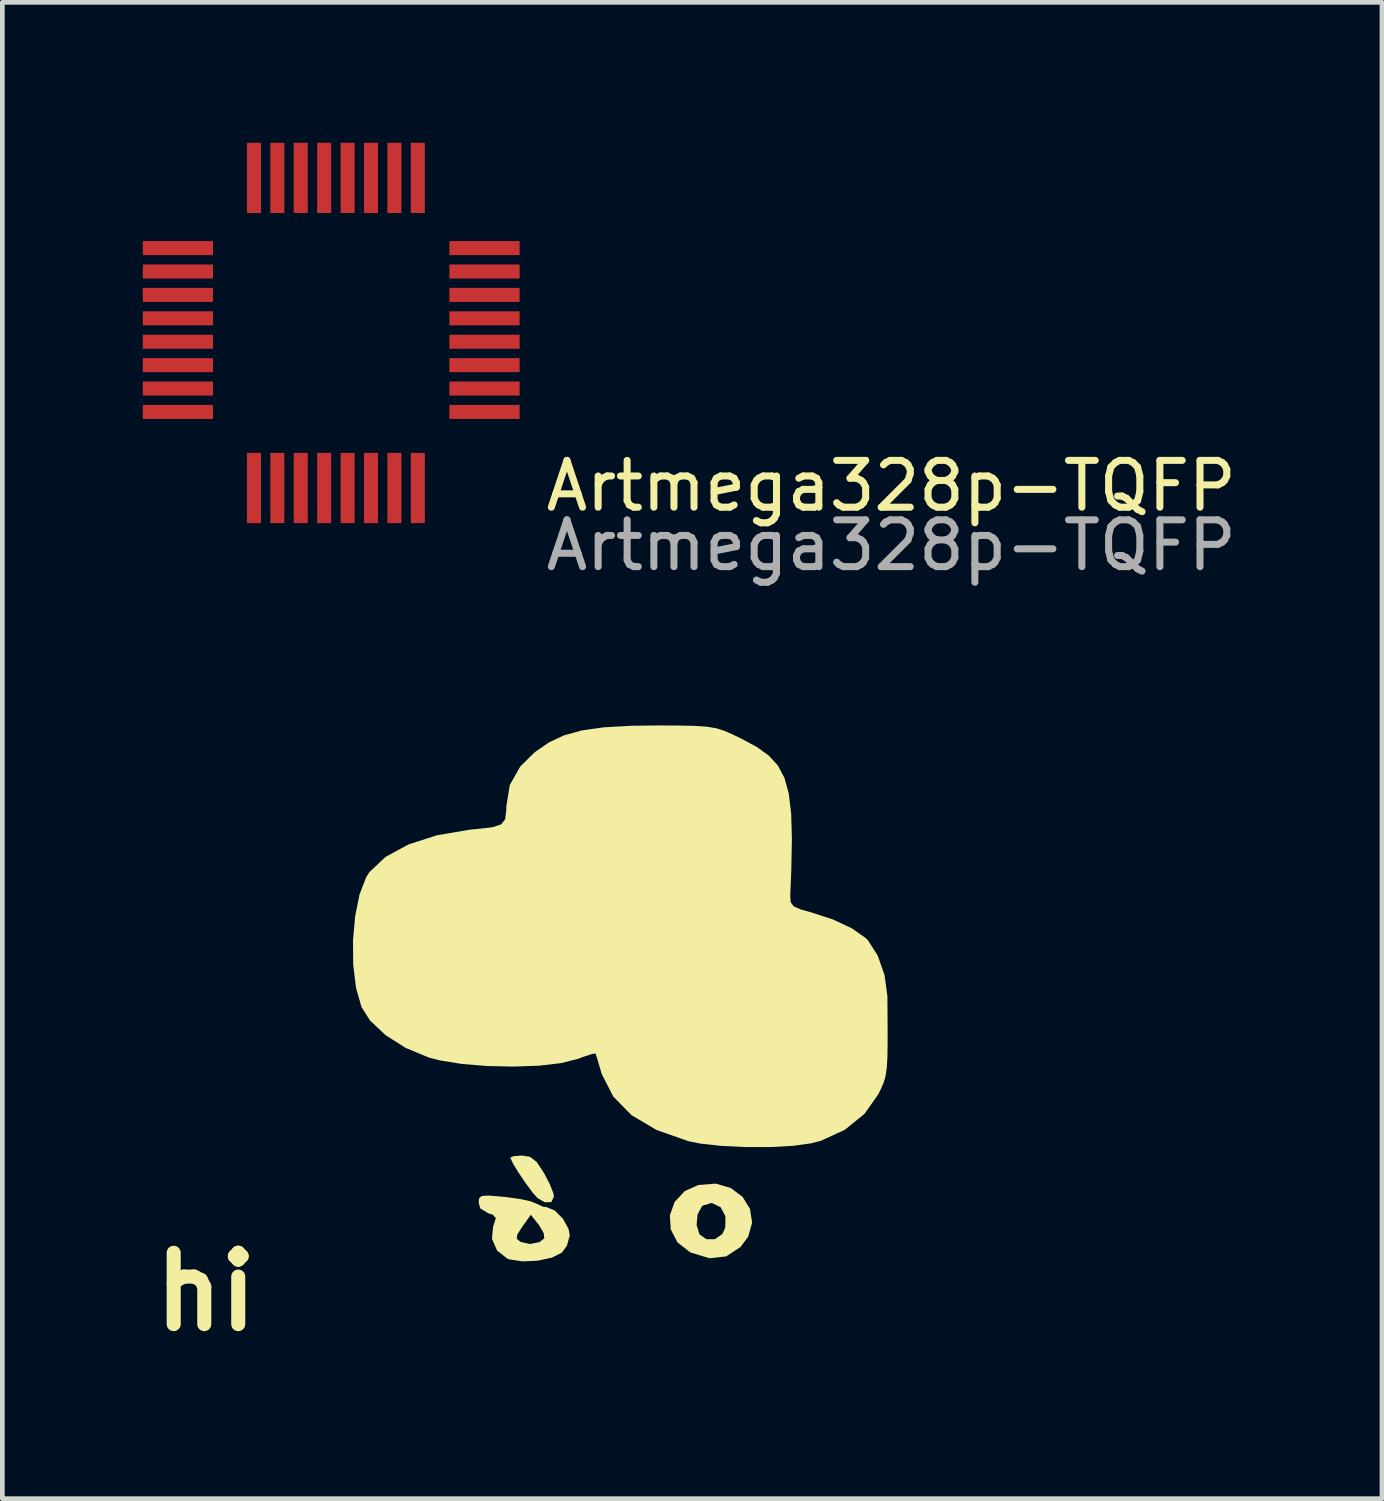
<source format=kicad_pcb>
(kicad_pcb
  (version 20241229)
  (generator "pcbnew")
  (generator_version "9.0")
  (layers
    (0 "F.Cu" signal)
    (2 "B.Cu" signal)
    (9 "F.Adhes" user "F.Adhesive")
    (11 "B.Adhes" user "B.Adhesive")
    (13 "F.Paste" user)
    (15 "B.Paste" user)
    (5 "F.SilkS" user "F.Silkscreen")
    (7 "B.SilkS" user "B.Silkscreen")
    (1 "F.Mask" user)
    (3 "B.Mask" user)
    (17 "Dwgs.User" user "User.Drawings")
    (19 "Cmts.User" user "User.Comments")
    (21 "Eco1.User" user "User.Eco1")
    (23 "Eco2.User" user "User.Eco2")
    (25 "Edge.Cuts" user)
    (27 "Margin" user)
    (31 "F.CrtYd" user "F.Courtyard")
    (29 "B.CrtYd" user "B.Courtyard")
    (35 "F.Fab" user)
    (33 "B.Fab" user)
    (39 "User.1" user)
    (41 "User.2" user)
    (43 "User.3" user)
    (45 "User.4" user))
  (footprint "Artmega328p-TQFP"
    (layer "F.Cu")
    (at 0.75 5.75)
    (property "Reference" "Artmega328p-TQFP" (at 15.24 1.58 0) (unlocked yes) (layer "F.SilkS") (effects (font (size 1 1) (thickness 0.15))))
    (attr smd)
    (fp_text user "${REFERENCE}" (at 15.24 2.85 0) (unlocked yes) (layer "F.Fab") (effects (font (size 1 1) (thickness 0.15))))
    (pad "1" smd rect (at 0 -3.5 180) (size 1.5 0.3) (layers "F.Cu" "F.Mask" "F.Paste"))
    (pad "2" smd rect (at 0 -3) (size 1.5 0.3) (layers "F.Cu" "F.Mask" "F.Paste"))
    (pad "3" smd rect (at 0 -2.5) (size 1.5 0.3) (layers "F.Cu" "F.Mask" "F.Paste"))
    (pad "4" smd rect (at 0 -2) (size 1.5 0.3) (layers "F.Cu" "F.Mask" "F.Paste"))
    (pad "5" smd rect (at 0 -1.5) (size 1.5 0.3) (layers "F.Cu" "F.Mask" "F.Paste"))
    (pad "6" smd rect (at 0 -1) (size 1.5 0.3) (layers "F.Cu" "F.Mask" "F.Paste"))
    (pad "7" smd rect (at 0 -0.5) (size 1.5 0.3) (layers "F.Cu" "F.Mask" "F.Paste"))
    (pad "8" smd rect (at 0 0) (size 1.5 0.3) (layers "F.Cu" "F.Mask" "F.Paste"))
    (pad "9" smd rect (at 1.625 -5 270) (size 1.5 0.3) (layers "F.Cu" "F.Mask" "F.Paste"))
    (pad "9" smd rect (at 1.625 1.625 270) (size 1.5 0.3) (layers "F.Cu" "F.Mask" "F.Paste"))
    (pad "9" smd rect (at 6.55 -3.5 180) (size 1.5 0.3) (layers "F.Cu" "F.Mask" "F.Paste"))
    (pad "10" smd rect (at 2.125 -5 90) (size 1.5 0.3) (layers "F.Cu" "F.Mask" "F.Paste"))
    (pad "10" smd rect (at 2.125 1.625 90) (size 1.5 0.3) (layers "F.Cu" "F.Mask" "F.Paste"))
    (pad "10" smd rect (at 6.55 -3) (size 1.5 0.3) (layers "F.Cu" "F.Mask" "F.Paste"))
    (pad "11" smd rect (at 2.625 -5 90) (size 1.5 0.3) (layers "F.Cu" "F.Mask" "F.Paste"))
    (pad "11" smd rect (at 2.625 1.625 90) (size 1.5 0.3) (layers "F.Cu" "F.Mask" "F.Paste"))
    (pad "11" smd rect (at 6.55 -2.5) (size 1.5 0.3) (layers "F.Cu" "F.Mask" "F.Paste"))
    (pad "12" smd rect (at 3.125 -5 90) (size 1.5 0.3) (layers "F.Cu" "F.Mask" "F.Paste"))
    (pad "12" smd rect (at 3.125 1.625 90) (size 1.5 0.3) (layers "F.Cu" "F.Mask" "F.Paste"))
    (pad "12" smd rect (at 6.55 -2) (size 1.5 0.3) (layers "F.Cu" "F.Mask" "F.Paste"))
    (pad "13" smd rect (at 3.625 -5 90) (size 1.5 0.3) (layers "F.Cu" "F.Mask" "F.Paste"))
    (pad "13" smd rect (at 3.625 1.625 90) (size 1.5 0.3) (layers "F.Cu" "F.Mask" "F.Paste"))
    (pad "13" smd rect (at 6.55 -1.5) (size 1.5 0.3) (layers "F.Cu" "F.Mask" "F.Paste"))
    (pad "14" smd rect (at 4.125 -5 90) (size 1.5 0.3) (layers "F.Cu" "F.Mask" "F.Paste"))
    (pad "14" smd rect (at 4.125 1.625 90) (size 1.5 0.3) (layers "F.Cu" "F.Mask" "F.Paste"))
    (pad "14" smd rect (at 6.55 -1) (size 1.5 0.3) (layers "F.Cu" "F.Mask" "F.Paste"))
    (pad "15" smd rect (at 4.625 -5 90) (size 1.5 0.3) (layers "F.Cu" "F.Mask" "F.Paste"))
    (pad "15" smd rect (at 4.625 1.625 90) (size 1.5 0.3) (layers "F.Cu" "F.Mask" "F.Paste"))
    (pad "15" smd rect (at 6.55 -0.5) (size 1.5 0.3) (layers "F.Cu" "F.Mask" "F.Paste"))
    (pad "16" smd rect (at 5.125 -5 90) (size 1.5 0.3) (layers "F.Cu" "F.Mask" "F.Paste"))
    (pad "16" smd rect (at 5.125 1.625 90) (size 1.5 0.3) (layers "F.Cu" "F.Mask" "F.Paste"))
    (pad "16" smd rect (at 6.55 0) (size 1.5 0.3) (layers "F.Cu" "F.Mask" "F.Paste"))
    (zone (net_name "") (layer "F.SilkS") (hatch edge 0.508) (connect_pads) (min_thickness 0.254) (filled_areas_thickness no) (keepout (tracks not_allowed) (vias not_allowed) (pads not_allowed) (copperpour allowed) (footprints allowed)) (placement (enabled no)) (fill) (polygon (pts (xy 6.25 5.75) (xy 1.75 5.75) (xy 1.75 2.75) (xy 2.75 1.75) (xy 6.25 1.75)))))
  (footprint "hi"
    (layer "F.Cu")
    (at 10.138 19.772)
    (property "Reference" "hi" (at -8.788 4.775 0) (layer "F.SilkS") (effects (font (size 1.524 1.524) (thickness 0.3))))
    (attr board_only exclude_from_pos_files exclude_from_bom)
    (fp_poly (pts (xy -1.863 1.891) (xy -1.724 2) (xy -1.571 2.229) (xy -1.57 2.23) (xy -1.444 2.472) (xy -1.366 2.672) (xy -1.355 2.738) (xy -1.411 2.858) (xy -1.552 2.861) (xy -1.703 2.773) (xy -1.809 2.655) (xy -1.954 2.459) (xy -2.105 2.237) (xy -2.227 2.038) (xy -2.285 1.916) (xy -2.286 1.907) (xy -2.212 1.876) (xy -2.036 1.863)) (stroke (width 0) (type solid)) (fill yes) (layer "F.SilkS"))
    (fp_poly (pts (xy 2.426 2.558) (xy 2.676 2.747) (xy 2.833 3.002) (xy 2.879 3.295) (xy 2.795 3.598) (xy 2.631 3.817) (xy 2.324 4.018) (xy 1.968 4.057) (xy 1.568 3.936) (xy 1.556 3.93) (xy 1.284 3.718) (xy 1.141 3.441) (xy 1.135 3.347) (xy 1.693 3.347) (xy 1.755 3.548) (xy 1.904 3.651) (xy 2.084 3.65) (xy 2.241 3.541) (xy 2.305 3.407) (xy 2.309 3.159) (xy 2.205 2.966) (xy 2.023 2.879) (xy 2.001 2.879) (xy 1.813 2.937) (xy 1.714 3.12) (xy 1.693 3.347) (xy 1.135 3.347) (xy 1.122 3.14) (xy 1.224 2.854) (xy 1.441 2.622) (xy 1.729 2.492) (xy 2.104 2.463)) (stroke (width 0) (type solid)) (fill yes) (layer "F.SilkS"))
    (fp_poly (pts (xy -2.493 2.739) (xy -2.392 2.749) (xy -2.091 2.79) (xy -1.856 2.84) (xy -1.74 2.886) (xy -1.589 2.956) (xy -1.522 2.963) (xy -1.34 3.035) (xy -1.163 3.211) (xy -1.042 3.432) (xy -1.016 3.57) (xy -1.077 3.79) (xy -1.184 3.936) (xy -1.394 4.043) (xy -1.698 4.109) (xy -2.025 4.124) (xy -2.304 4.083) (xy -2.35 4.066) (xy -2.568 3.894) (xy -2.678 3.643) (xy -2.678 3.642) (xy -2.149 3.642) (xy -2.066 3.708) (xy -2.064 3.709) (xy -1.866 3.753) (xy -1.662 3.712) (xy -1.56 3.63) (xy -1.574 3.518) (xy -1.673 3.351) (xy -1.681 3.341) (xy -1.848 3.128) (xy -2.027 3.379) (xy -2.137 3.55) (xy -2.149 3.642) (xy -2.678 3.642) (xy -2.653 3.375) (xy -2.644 3.352) (xy -2.595 3.198) (xy -2.664 3.125) (xy -2.757 3.097) (xy -2.929 2.991) (xy -2.963 2.867) (xy -2.952 2.774) (xy -2.895 2.727) (xy -2.754 2.718)) (stroke (width 0) (type solid)) (fill yes) (layer "F.SilkS"))
    (fp_poly (pts (xy 1.296 -7.323) (xy 1.654 -7.316) (xy 1.915 -7.298) (xy 2.116 -7.264) (xy 2.295 -7.206) (xy 2.488 -7.121) (xy 2.651 -7.042) (xy 2.976 -6.867) (xy 3.233 -6.683) (xy 3.428 -6.47) (xy 3.569 -6.206) (xy 3.662 -5.871) (xy 3.713 -5.444) (xy 3.729 -4.905) (xy 3.716 -4.232) (xy 3.694 -3.694) (xy 3.702 -3.549) (xy 3.768 -3.459) (xy 3.932 -3.389) (xy 4.127 -3.336) (xy 4.601 -3.182) (xy 5.008 -2.992) (xy 5.303 -2.785) (xy 5.352 -2.736) (xy 5.561 -2.41) (xy 5.708 -1.992) (xy 5.768 -1.555) (xy 5.769 -1.539) (xy 5.773 -0.968) (xy 5.774 -0.54) (xy 5.769 -0.226) (xy 5.755 0.001) (xy 5.729 0.169) (xy 5.69 0.303) (xy 5.634 0.433) (xy 5.575 0.555) (xy 5.278 0.974) (xy 4.858 1.314) (xy 4.35 1.547) (xy 4.146 1.601) (xy 3.76 1.655) (xy 3.272 1.682) (xy 2.739 1.682) (xy 2.219 1.657) (xy 1.768 1.607) (xy 1.524 1.558) (xy 0.839 1.318) (xy 0.302 1) (xy -0.087 0.603) (xy -0.332 0.124) (xy -0.355 0.048) (xy -0.419 -0.169) (xy -0.461 -0.302) (xy -0.468 -0.318) (xy -0.547 -0.304) (xy -0.733 -0.243) (xy -0.855 -0.198) (xy -1.202 -0.111) (xy -1.669 -0.057) (xy -2.208 -0.037) (xy -2.773 -0.049) (xy -3.317 -0.093) (xy -3.793 -0.17) (xy -4.024 -0.229) (xy -4.52 -0.435) (xy -4.952 -0.709) (xy -5.285 -1.023) (xy -5.466 -1.311) (xy -5.582 -1.716) (xy -5.642 -2.205) (xy -5.647 -2.732) (xy -5.601 -3.251) (xy -5.507 -3.716) (xy -5.366 -4.082) (xy -5.294 -4.195) (xy -4.95 -4.518) (xy -4.465 -4.781) (xy -3.857 -4.978) (xy -3.147 -5.099) (xy -2.987 -5.114) (xy -2.669 -5.15) (xy -2.485 -5.209) (xy -2.397 -5.32) (xy -2.372 -5.511) (xy -2.371 -5.601) (xy -2.298 -6.051) (xy -2.075 -6.447) (xy -1.764 -6.753) (xy -1.466 -6.96) (xy -1.14 -7.113) (xy -0.757 -7.219) (xy -0.287 -7.285) (xy 0.3 -7.318) (xy 0.806 -7.324)) (stroke (width 0) (type solid)) (fill yes) (layer "F.SilkS")))
  (gr_rect
    (start -3 -3)
    (end 26.472 28.965)
    (stroke (width 0.1) (type default))
    (fill no)
    (layer "Edge.Cuts")))
</source>
